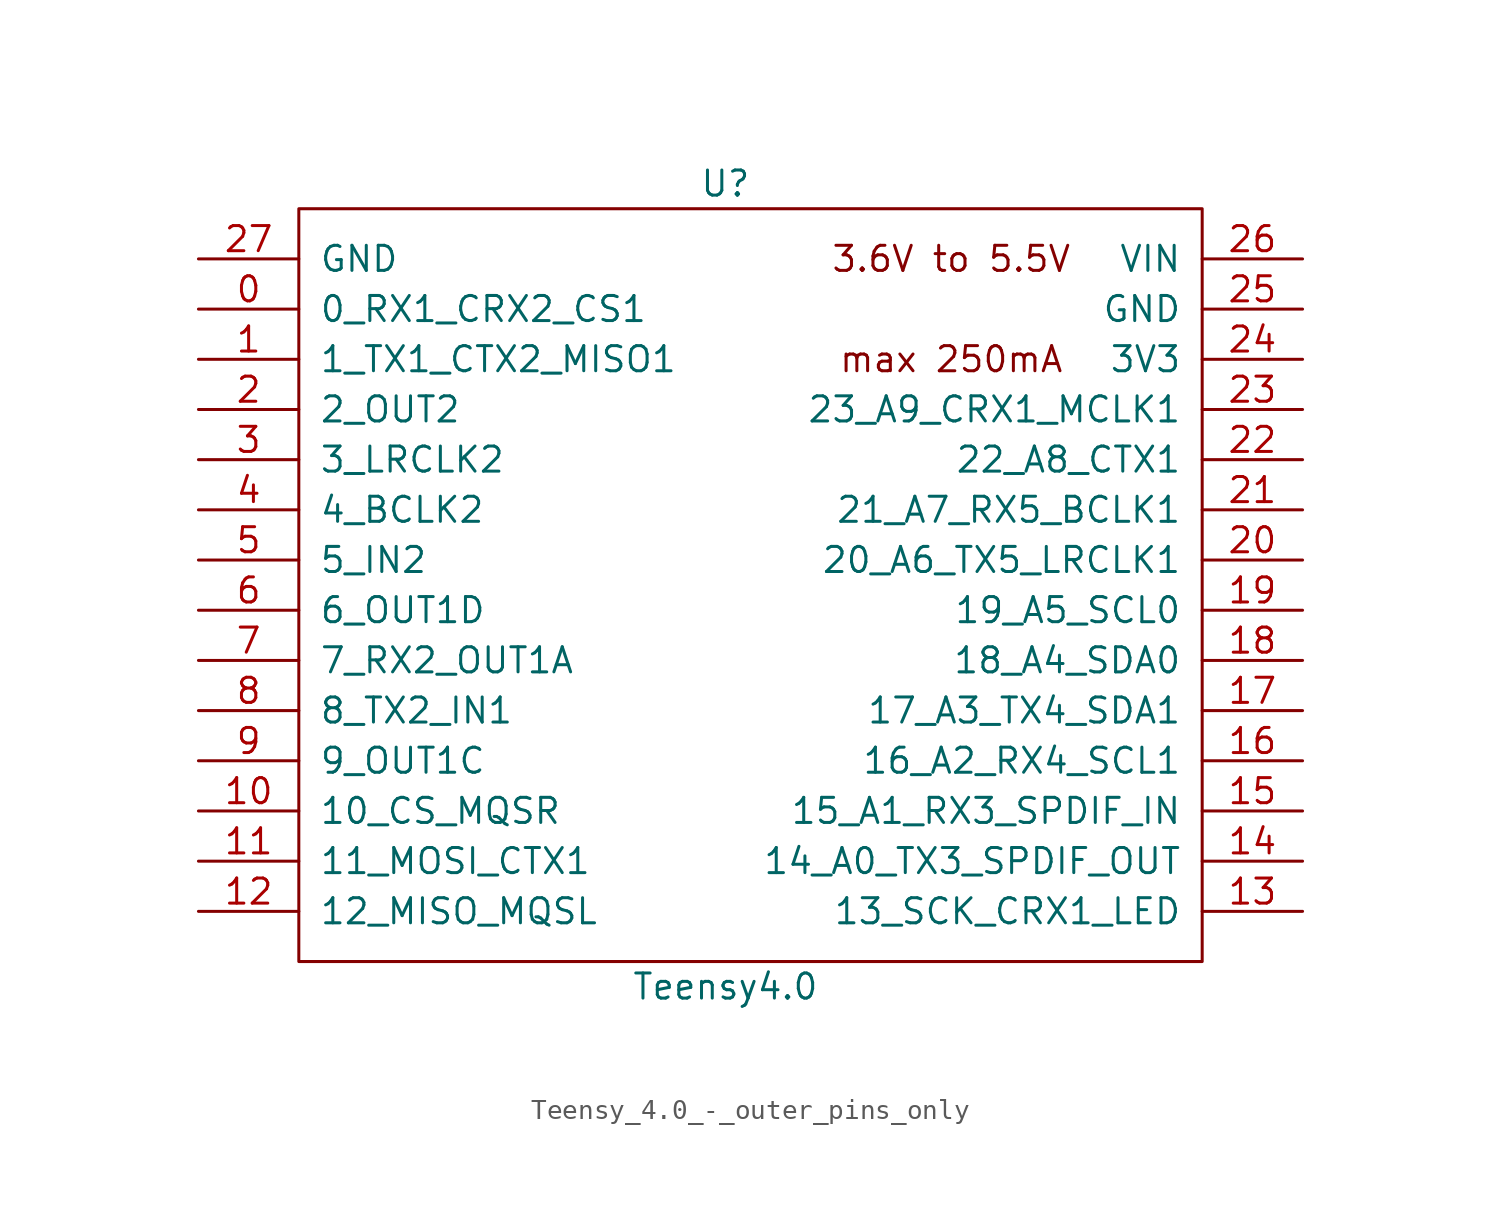
<source format=kicad_sym>
(kicad_symbol_lib
  (version 20220914)
  (generator kicad_symbol_editor)
  (symbol "Teensy_4.0_-_outer_pins_only"
    (pin_names
      (offset 1.016))
    (property "Reference" "U"
      (at 21.59 1.27 0)
      (effects (font (size 1.27 1.27))))
    (property "Value" "Teensy4.0"
      (at 21.59 -39.37 0)
      (effects (font (size 1.27 1.27))))
    (symbol "Teensy_4.0_-_outer_pins_only_0_0"
      (text "3.6V to 5.5V" (at 33.02 -2.54 0) (effects (font (size 1.27 1.27))))
      (text "max 250mA" (at 33.02 -7.62 0) (effects (font (size 1.27 1.27))))
      (pin bidirectional line (at 50.8 -30.48 180) (length 5.08) (name "15_A1_RX3_SPDIF_IN" (effects (font (size 1.27 1.27)))) (number "15" (effects (font (size 1.27 1.27)))))
      (pin bidirectional line (at 50.8 -27.94 180) (length 5.08) (name "16_A2_RX4_SCL1" (effects (font (size 1.27 1.27)))) (number "16" (effects (font (size 1.27 1.27)))))
      (pin bidirectional line (at 50.8 -25.4 180) (length 5.08) (name "17_A3_TX4_SDA1" (effects (font (size 1.27 1.27)))) (number "17" (effects (font (size 1.27 1.27)))))
      (pin bidirectional line (at 50.8 -22.86 180) (length 5.08) (name "18_A4_SDA0" (effects (font (size 1.27 1.27)))) (number "18" (effects (font (size 1.27 1.27)))))
      (pin bidirectional line (at 50.8 -20.32 180) (length 5.08) (name "19_A5_SCL0" (effects (font (size 1.27 1.27)))) (number "19" (effects (font (size 1.27 1.27)))))
      (pin bidirectional line (at 50.8 -17.78 180) (length 5.08) (name "20_A6_TX5_LRCLK1" (effects (font (size 1.27 1.27)))) (number "20" (effects (font (size 1.27 1.27)))))
      (pin bidirectional line (at 50.8 -15.24 180) (length 5.08) (name "21_A7_RX5_BCLK1" (effects (font (size 1.27 1.27)))) (number "21" (effects (font (size 1.27 1.27)))))
      (pin bidirectional line (at 50.8 -12.7 180) (length 5.08) (name "22_A8_CTX1" (effects (font (size 1.27 1.27)))) (number "22" (effects (font (size 1.27 1.27)))))
      (pin bidirectional line (at 50.8 -10.16 180) (length 5.08) (name "23_A9_CRX1_MCLK1" (effects (font (size 1.27 1.27)))) (number "23" (effects (font (size 1.27 1.27))))))
    (symbol "Teensy_4.0_-_outer_pins_only_0_1"
      (rectangle (start 0 0) (end 45.72 -38.1) (stroke (width 0) (type solid)) (fill (type none))))
    (symbol "Teensy_4.0_-_outer_pins_only_1_0"
      (pin bidirectional line (at -5.08 -30.48 0) (length 5.08) (name "10_CS_MQSR" (effects (font (size 1.27 1.27)))) (number "10" (effects (font (size 1.27 1.27)))))
      (pin bidirectional line (at -5.08 -33.02 0) (length 5.08) (name "11_MOSI_CTX1" (effects (font (size 1.27 1.27)))) (number "11" (effects (font (size 1.27 1.27)))))
      (pin bidirectional line (at -5.08 -35.56 0) (length 5.08) (name "12_MISO_MQSL" (effects (font (size 1.27 1.27)))) (number "12" (effects (font (size 1.27 1.27)))))
      (pin bidirectional line (at 50.8 -35.56 180) (length 5.08) (name "13_SCK_CRX1_LED" (effects (font (size 1.27 1.27)))) (number "13" (effects (font (size 1.27 1.27)))))
      (pin bidirectional line (at 50.8 -33.02 180) (length 5.08) (name "14_A0_TX3_SPDIF_OUT" (effects (font (size 1.27 1.27)))) (number "14" (effects (font (size 1.27 1.27)))))
      (pin power_out line (at 50.8 -7.62 180) (length 5.08) (name "3V3" (effects (font (size 1.27 1.27)))) (number "24" (effects (font (size 1.27 1.27)))))
      (pin power_in line (at 50.8 -5.08 180) (length 5.08) (name "GND" (effects (font (size 1.27 1.27)))) (number "25" (effects (font (size 1.27 1.27)))))
      (pin power_out line (at 50.8 -2.54 180) (length 5.08) (name "VIN" (effects (font (size 1.27 1.27)))) (number "26" (effects (font (size 1.27 1.27)))))
      (pin bidirectional line (at -5.08 -12.7 0) (length 5.08) (name "3_LRCLK2" (effects (font (size 1.27 1.27)))) (number "3" (effects (font (size 1.27 1.27)))))
      (pin bidirectional line (at -5.08 -15.24 0) (length 5.08) (name "4_BCLK2" (effects (font (size 1.27 1.27)))) (number "4" (effects (font (size 1.27 1.27)))))
      (pin bidirectional line (at -5.08 -17.78 0) (length 5.08) (name "5_IN2" (effects (font (size 1.27 1.27)))) (number "5" (effects (font (size 1.27 1.27)))))
      (pin bidirectional line (at -5.08 -20.32 0) (length 5.08) (name "6_OUT1D" (effects (font (size 1.27 1.27)))) (number "6" (effects (font (size 1.27 1.27)))))
      (pin bidirectional line (at -5.08 -22.86 0) (length 5.08) (name "7_RX2_OUT1A" (effects (font (size 1.27 1.27)))) (number "7" (effects (font (size 1.27 1.27)))))
      (pin bidirectional line (at -5.08 -25.4 0) (length 5.08) (name "8_TX2_IN1" (effects (font (size 1.27 1.27)))) (number "8" (effects (font (size 1.27 1.27)))))
      (pin bidirectional line (at -5.08 -27.94 0) (length 5.08) (name "9_OUT1C" (effects (font (size 1.27 1.27)))) (number "9" (effects (font (size 1.27 1.27))))))
    (symbol "Teensy_4.0_-_outer_pins_only_1_1"
      (pin bidirectional line (at -5.08 -5.08 0) (length 5.08) (name "0_RX1_CRX2_CS1" (effects (font (size 1.27 1.27)))) (number "0" (effects (font (size 1.27 1.27)))))
      (pin bidirectional line (at -5.08 -7.62 0) (length 5.08) (name "1_TX1_CTX2_MISO1" (effects (font (size 1.27 1.27)))) (number "1" (effects (font (size 1.27 1.27)))))
      (pin bidirectional line (at -5.08 -10.16 0) (length 5.08) (name "2_OUT2" (effects (font (size 1.27 1.27)))) (number "2" (effects (font (size 1.27 1.27)))))
      (pin power_in line (at -5.08 -2.54 0) (length 5.08) (name "GND" (effects (font (size 1.27 1.27)))) (number "27" (effects (font (size 1.27 1.27))))))))
</source>
